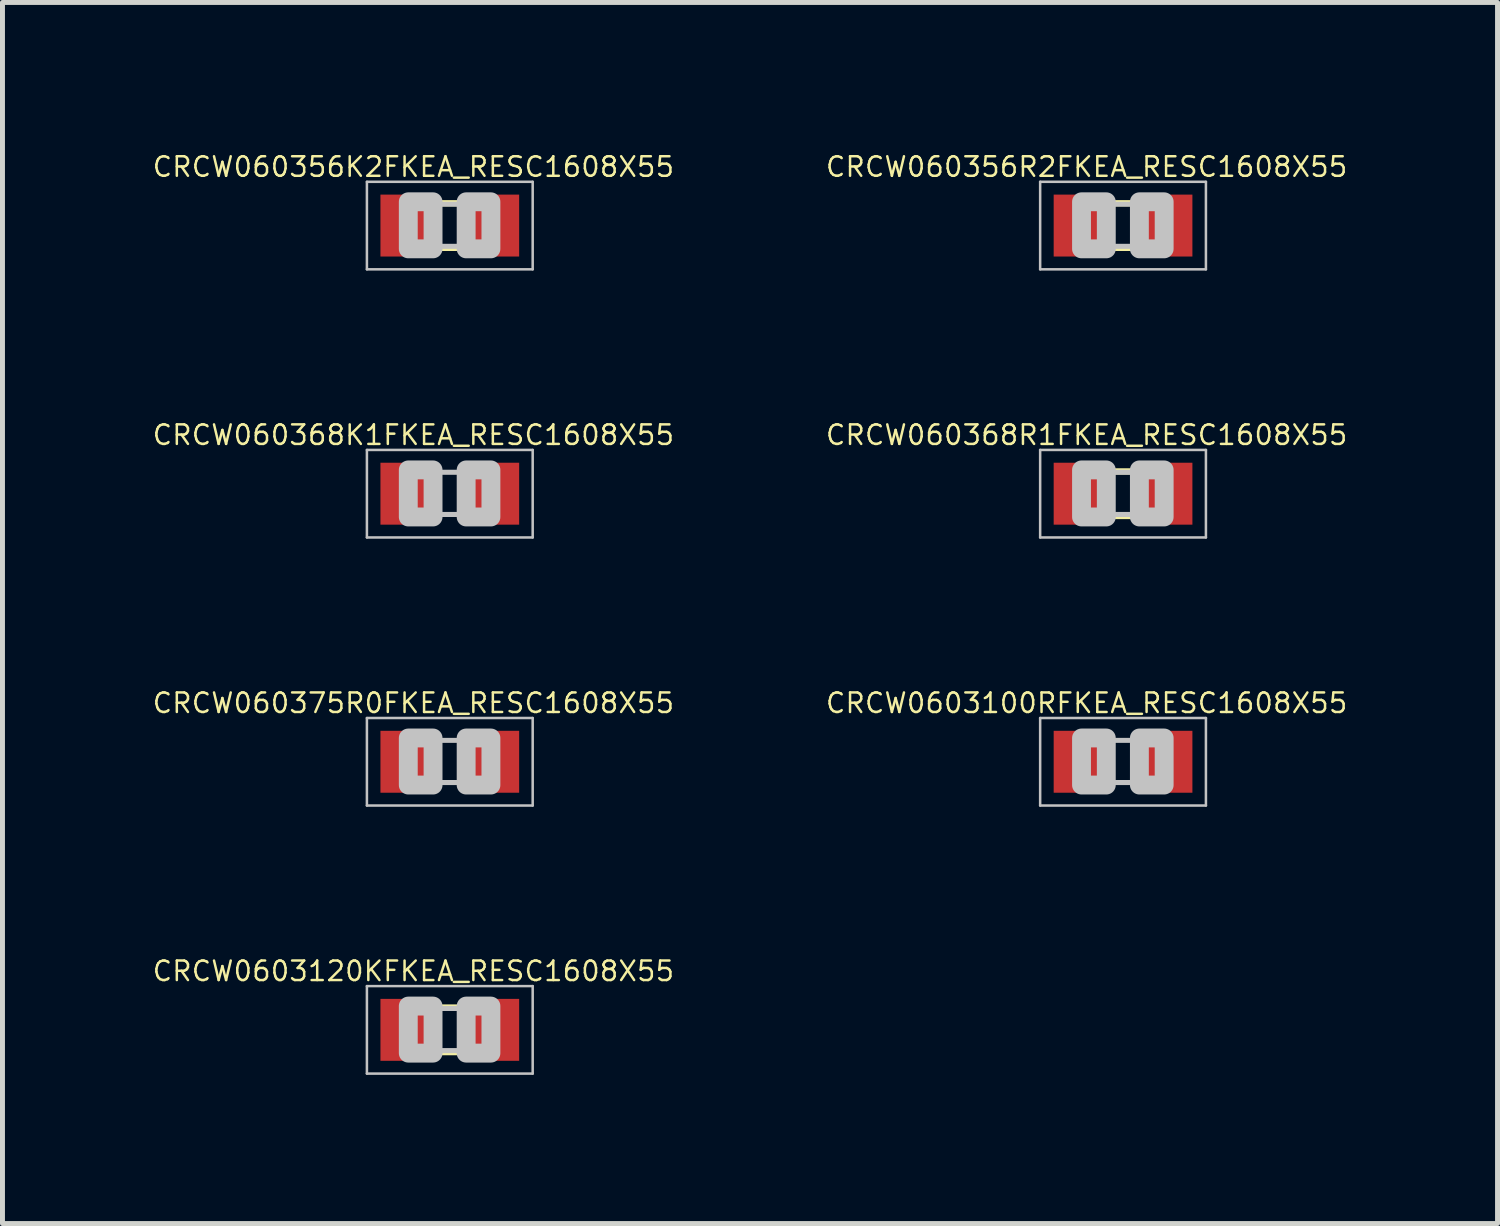
<source format=kicad_pcb>
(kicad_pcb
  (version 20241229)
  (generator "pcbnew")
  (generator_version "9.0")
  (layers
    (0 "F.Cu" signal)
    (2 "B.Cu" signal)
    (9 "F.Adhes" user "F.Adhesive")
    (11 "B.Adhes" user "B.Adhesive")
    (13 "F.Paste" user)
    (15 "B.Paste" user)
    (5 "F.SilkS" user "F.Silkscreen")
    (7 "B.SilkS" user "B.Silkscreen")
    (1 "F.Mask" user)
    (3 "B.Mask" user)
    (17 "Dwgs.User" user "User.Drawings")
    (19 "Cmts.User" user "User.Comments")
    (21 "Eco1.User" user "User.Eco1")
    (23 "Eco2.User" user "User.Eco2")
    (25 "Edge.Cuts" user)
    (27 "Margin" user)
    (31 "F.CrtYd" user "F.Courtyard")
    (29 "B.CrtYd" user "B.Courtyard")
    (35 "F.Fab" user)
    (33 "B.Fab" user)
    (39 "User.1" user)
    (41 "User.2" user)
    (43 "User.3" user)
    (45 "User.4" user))
  (footprint "CRCW060368K1FKEA_RESC1608X55"
    (layer "F.Cu")
    (at 6.029 6.915)
    (property "Reference" "CRCW060368K1FKEA_RESC1608X55" (at -0.735 -1.185 0) (layer "F.SilkS") (effects (font (size 0.394 0.394) (thickness 0.05))))
    (attr smd)
    (fp_line (start -1.673 -0.883) (end 1.673 -0.883) (stroke (width 0.051) (type solid)) (layer "Dwgs.User"))
    (fp_line (start -1.673 0.883) (end -1.673 -0.883) (stroke (width 0.051) (type solid)) (layer "Dwgs.User"))
    (fp_line (start -0.356 -0.432) (end 0.356 -0.432) (stroke (width 0.102) (type solid)) (layer "Dwgs.User"))
    (fp_line (start -0.356 0.419) (end 0.356 0.419) (stroke (width 0.102) (type solid)) (layer "Dwgs.User"))
    (fp_line (start 1.673 -0.883) (end 1.673 0.883) (stroke (width 0.051) (type solid)) (layer "Dwgs.User"))
    (fp_line (start 1.673 0.883) (end -1.673 0.883) (stroke (width 0.051) (type solid)) (layer "Dwgs.User"))
    (fp_poly (pts (xy -0.838 -0.48) (xy -0.338 -0.48) (xy -0.338 0.47) (xy -0.838 0.47)) (stroke (width 0.381) (type solid)) (fill no) (layer "Dwgs.User"))
    (fp_poly (pts (xy 0.33 -0.48) (xy 0.83 -0.48) (xy 0.83 0.47) (xy 0.33 0.47)) (stroke (width 0.381) (type solid)) (fill no) (layer "Dwgs.User"))
    (pad "1" smd rect (at -0.85 0) (size 1.1 1.25) (layers "F.Cu" "F.Mask" "F.Paste"))
    (pad "2" smd rect (at 0.85 0) (size 1.1 1.25) (layers "F.Cu" "F.Mask" "F.Paste")))
  (footprint "CRCW060356K2FKEA_RESC1608X55"
    (layer "F.Cu")
    (at 6.029 1.503)
    (property "Reference" "CRCW060356K2FKEA_RESC1608X55" (at -0.735 -1.185 0) (layer "F.SilkS") (effects (font (size 0.394 0.394) (thickness 0.05))))
    (attr smd)
    (fp_line (start -0.15 -0.45) (end 0.15 -0.45) (stroke (width 0.127) (type solid)) (layer "F.SilkS"))
    (fp_line (start -0.15 0.45) (end 0.15 0.45) (stroke (width 0.127) (type solid)) (layer "F.SilkS"))
    (fp_line (start -1.673 -0.883) (end 1.673 -0.883) (stroke (width 0.051) (type solid)) (layer "Dwgs.User"))
    (fp_line (start -1.673 0.883) (end -1.673 -0.883) (stroke (width 0.051) (type solid)) (layer "Dwgs.User"))
    (fp_line (start -0.356 -0.432) (end 0.356 -0.432) (stroke (width 0.102) (type solid)) (layer "Dwgs.User"))
    (fp_line (start -0.356 0.419) (end 0.356 0.419) (stroke (width 0.102) (type solid)) (layer "Dwgs.User"))
    (fp_line (start 1.673 -0.883) (end 1.673 0.883) (stroke (width 0.051) (type solid)) (layer "Dwgs.User"))
    (fp_line (start 1.673 0.883) (end -1.673 0.883) (stroke (width 0.051) (type solid)) (layer "Dwgs.User"))
    (fp_poly (pts (xy -0.838 -0.48) (xy -0.338 -0.48) (xy -0.338 0.47) (xy -0.838 0.47)) (stroke (width 0.381) (type solid)) (fill no) (layer "Dwgs.User"))
    (fp_poly (pts (xy 0.33 -0.48) (xy 0.83 -0.48) (xy 0.83 0.47) (xy 0.33 0.47)) (stroke (width 0.381) (type solid)) (fill no) (layer "Dwgs.User"))
    (pad "1" smd rect (at -0.85 0) (size 1.1 1.25) (layers "F.Cu" "F.Mask" "F.Paste"))
    (pad "2" smd rect (at 0.85 0) (size 1.1 1.25) (layers "F.Cu" "F.Mask" "F.Paste")))
  (footprint "CRCW060375R0FKEA_RESC1608X55"
    (layer "F.Cu")
    (at 6.029 12.326)
    (property "Reference" "CRCW060375R0FKEA_RESC1608X55" (at -0.735 -1.185 0) (layer "F.SilkS") (effects (font (size 0.394 0.394) (thickness 0.05))))
    (attr smd)
    (fp_line (start -1.673 -0.883) (end 1.673 -0.883) (stroke (width 0.051) (type solid)) (layer "Dwgs.User"))
    (fp_line (start -1.673 0.883) (end -1.673 -0.883) (stroke (width 0.051) (type solid)) (layer "Dwgs.User"))
    (fp_line (start -0.356 -0.432) (end 0.356 -0.432) (stroke (width 0.102) (type solid)) (layer "Dwgs.User"))
    (fp_line (start -0.356 0.419) (end 0.356 0.419) (stroke (width 0.102) (type solid)) (layer "Dwgs.User"))
    (fp_line (start 1.673 -0.883) (end 1.673 0.883) (stroke (width 0.051) (type solid)) (layer "Dwgs.User"))
    (fp_line (start 1.673 0.883) (end -1.673 0.883) (stroke (width 0.051) (type solid)) (layer "Dwgs.User"))
    (fp_poly (pts (xy -0.838 -0.48) (xy -0.338 -0.48) (xy -0.338 0.47) (xy -0.838 0.47)) (stroke (width 0.381) (type solid)) (fill no) (layer "Dwgs.User"))
    (fp_poly (pts (xy 0.33 -0.48) (xy 0.83 -0.48) (xy 0.83 0.47) (xy 0.33 0.47)) (stroke (width 0.381) (type solid)) (fill no) (layer "Dwgs.User"))
    (pad "1" smd rect (at -0.85 0) (size 1.1 1.25) (layers "F.Cu" "F.Mask" "F.Paste"))
    (pad "2" smd rect (at 0.85 0) (size 1.1 1.25) (layers "F.Cu" "F.Mask" "F.Paste")))
  (footprint "CRCW060356R2FKEA_RESC1608X55"
    (layer "F.Cu")
    (at 19.618 1.503)
    (property "Reference" "CRCW060356R2FKEA_RESC1608X55" (at -0.735 -1.185 0) (layer "F.SilkS") (effects (font (size 0.394 0.394) (thickness 0.05))))
    (attr smd)
    (fp_line (start -0.15 -0.45) (end 0.15 -0.45) (stroke (width 0.127) (type solid)) (layer "F.SilkS"))
    (fp_line (start -0.15 0.45) (end 0.15 0.45) (stroke (width 0.127) (type solid)) (layer "F.SilkS"))
    (fp_line (start -1.673 -0.883) (end 1.673 -0.883) (stroke (width 0.051) (type solid)) (layer "Dwgs.User"))
    (fp_line (start -1.673 0.883) (end -1.673 -0.883) (stroke (width 0.051) (type solid)) (layer "Dwgs.User"))
    (fp_line (start -0.356 -0.432) (end 0.356 -0.432) (stroke (width 0.102) (type solid)) (layer "Dwgs.User"))
    (fp_line (start -0.356 0.419) (end 0.356 0.419) (stroke (width 0.102) (type solid)) (layer "Dwgs.User"))
    (fp_line (start 1.673 -0.883) (end 1.673 0.883) (stroke (width 0.051) (type solid)) (layer "Dwgs.User"))
    (fp_line (start 1.673 0.883) (end -1.673 0.883) (stroke (width 0.051) (type solid)) (layer "Dwgs.User"))
    (fp_poly (pts (xy -0.838 -0.48) (xy -0.338 -0.48) (xy -0.338 0.47) (xy -0.838 0.47)) (stroke (width 0.381) (type solid)) (fill no) (layer "Dwgs.User"))
    (fp_poly (pts (xy 0.33 -0.48) (xy 0.83 -0.48) (xy 0.83 0.47) (xy 0.33 0.47)) (stroke (width 0.381) (type solid)) (fill no) (layer "Dwgs.User"))
    (pad "1" smd rect (at -0.85 0) (size 1.1 1.25) (layers "F.Cu" "F.Mask" "F.Paste"))
    (pad "2" smd rect (at 0.85 0) (size 1.1 1.25) (layers "F.Cu" "F.Mask" "F.Paste")))
  (footprint "CRCW0603100RFKEA_RESC1608X55"
    (layer "F.Cu")
    (at 19.618 12.326)
    (property "Reference" "CRCW0603100RFKEA_RESC1608X55" (at -0.735 -1.185 0) (layer "F.SilkS") (effects (font (size 0.394 0.394) (thickness 0.05))))
    (attr smd)
    (fp_line (start -1.673 -0.883) (end 1.673 -0.883) (stroke (width 0.051) (type solid)) (layer "Dwgs.User"))
    (fp_line (start -1.673 0.883) (end -1.673 -0.883) (stroke (width 0.051) (type solid)) (layer "Dwgs.User"))
    (fp_line (start -0.356 -0.432) (end 0.356 -0.432) (stroke (width 0.102) (type solid)) (layer "Dwgs.User"))
    (fp_line (start -0.356 0.419) (end 0.356 0.419) (stroke (width 0.102) (type solid)) (layer "Dwgs.User"))
    (fp_line (start 1.673 -0.883) (end 1.673 0.883) (stroke (width 0.051) (type solid)) (layer "Dwgs.User"))
    (fp_line (start 1.673 0.883) (end -1.673 0.883) (stroke (width 0.051) (type solid)) (layer "Dwgs.User"))
    (fp_poly (pts (xy -0.838 -0.48) (xy -0.338 -0.48) (xy -0.338 0.47) (xy -0.838 0.47)) (stroke (width 0.381) (type solid)) (fill no) (layer "Dwgs.User"))
    (fp_poly (pts (xy 0.33 -0.48) (xy 0.83 -0.48) (xy 0.83 0.47) (xy 0.33 0.47)) (stroke (width 0.381) (type solid)) (fill no) (layer "Dwgs.User"))
    (pad "1" smd rect (at -0.85 0) (size 1.1 1.25) (layers "F.Cu" "F.Mask" "F.Paste"))
    (pad "2" smd rect (at 0.85 0) (size 1.1 1.25) (layers "F.Cu" "F.Mask" "F.Paste")))
  (footprint "CRCW0603120KFKEA_RESC1608X55"
    (layer "F.Cu")
    (at 6.029 17.737)
    (property "Reference" "CRCW0603120KFKEA_RESC1608X55" (at -0.735 -1.185 0) (layer "F.SilkS") (effects (font (size 0.394 0.394) (thickness 0.05))))
    (attr smd)
    (fp_line (start -0.15 -0.45) (end 0.15 -0.45) (stroke (width 0.127) (type solid)) (layer "F.SilkS"))
    (fp_line (start -0.15 0.45) (end 0.15 0.45) (stroke (width 0.127) (type solid)) (layer "F.SilkS"))
    (fp_line (start -1.673 -0.883) (end 1.673 -0.883) (stroke (width 0.051) (type solid)) (layer "Dwgs.User"))
    (fp_line (start -1.673 0.883) (end -1.673 -0.883) (stroke (width 0.051) (type solid)) (layer "Dwgs.User"))
    (fp_line (start -0.356 -0.432) (end 0.356 -0.432) (stroke (width 0.102) (type solid)) (layer "Dwgs.User"))
    (fp_line (start -0.356 0.419) (end 0.356 0.419) (stroke (width 0.102) (type solid)) (layer "Dwgs.User"))
    (fp_line (start 1.673 -0.883) (end 1.673 0.883) (stroke (width 0.051) (type solid)) (layer "Dwgs.User"))
    (fp_line (start 1.673 0.883) (end -1.673 0.883) (stroke (width 0.051) (type solid)) (layer "Dwgs.User"))
    (fp_poly (pts (xy -0.838 -0.48) (xy -0.338 -0.48) (xy -0.338 0.47) (xy -0.838 0.47)) (stroke (width 0.381) (type solid)) (fill no) (layer "Dwgs.User"))
    (fp_poly (pts (xy 0.33 -0.48) (xy 0.83 -0.48) (xy 0.83 0.47) (xy 0.33 0.47)) (stroke (width 0.381) (type solid)) (fill no) (layer "Dwgs.User"))
    (pad "1" smd rect (at -0.85 0) (size 1.1 1.25) (layers "F.Cu" "F.Mask" "F.Paste"))
    (pad "2" smd rect (at 0.85 0) (size 1.1 1.25) (layers "F.Cu" "F.Mask" "F.Paste")))
  (footprint "CRCW060368R1FKEA_RESC1608X55"
    (layer "F.Cu")
    (at 19.618 6.915)
    (property "Reference" "CRCW060368R1FKEA_RESC1608X55" (at -0.735 -1.185 0) (layer "F.SilkS") (effects (font (size 0.394 0.394) (thickness 0.05))))
    (attr smd)
    (fp_line (start -0.15 -0.45) (end 0.15 -0.45) (stroke (width 0.127) (type solid)) (layer "F.SilkS"))
    (fp_line (start -0.15 0.45) (end 0.15 0.45) (stroke (width 0.127) (type solid)) (layer "F.SilkS"))
    (fp_line (start -1.673 -0.883) (end 1.673 -0.883) (stroke (width 0.051) (type solid)) (layer "Dwgs.User"))
    (fp_line (start -1.673 0.883) (end -1.673 -0.883) (stroke (width 0.051) (type solid)) (layer "Dwgs.User"))
    (fp_line (start -0.356 -0.432) (end 0.356 -0.432) (stroke (width 0.102) (type solid)) (layer "Dwgs.User"))
    (fp_line (start -0.356 0.419) (end 0.356 0.419) (stroke (width 0.102) (type solid)) (layer "Dwgs.User"))
    (fp_line (start 1.673 -0.883) (end 1.673 0.883) (stroke (width 0.051) (type solid)) (layer "Dwgs.User"))
    (fp_line (start 1.673 0.883) (end -1.673 0.883) (stroke (width 0.051) (type solid)) (layer "Dwgs.User"))
    (fp_poly (pts (xy -0.838 -0.48) (xy -0.338 -0.48) (xy -0.338 0.47) (xy -0.838 0.47)) (stroke (width 0.381) (type solid)) (fill no) (layer "Dwgs.User"))
    (fp_poly (pts (xy 0.33 -0.48) (xy 0.83 -0.48) (xy 0.83 0.47) (xy 0.33 0.47)) (stroke (width 0.381) (type solid)) (fill no) (layer "Dwgs.User"))
    (pad "1" smd rect (at -0.85 0) (size 1.1 1.25) (layers "F.Cu" "F.Mask" "F.Paste"))
    (pad "2" smd rect (at 0.85 0) (size 1.1 1.25) (layers "F.Cu" "F.Mask" "F.Paste")))
  (gr_rect
    (start -3 -3)
    (end 27.177 21.646)
    (stroke (width 0.1) (type default))
    (fill no)
    (layer "Edge.Cuts")))
</source>
